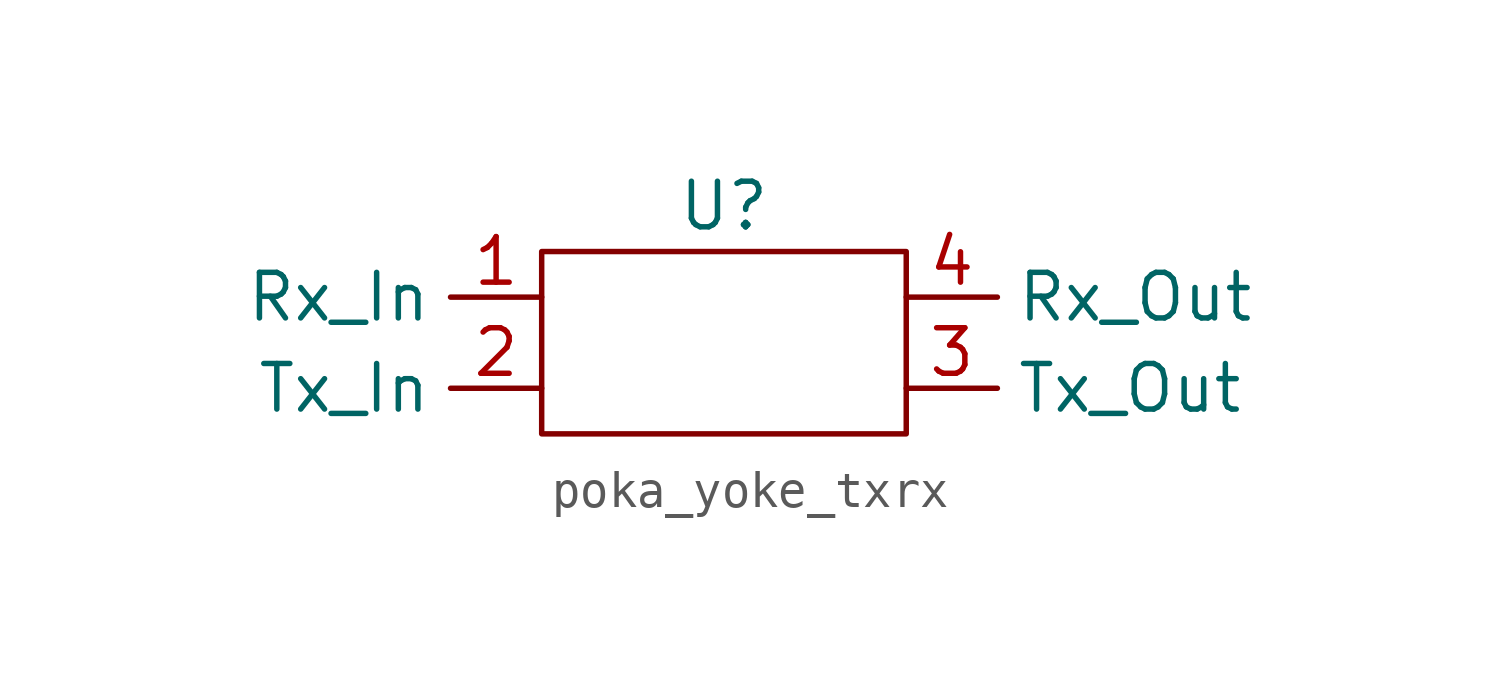
<source format=kicad_sym>
(kicad_symbol_lib
  (version 20220914)
  (generator kicad_symbol_editor)
  (symbol "poka_yoke_txrx"
    (property "Reference" "U"
      (at 0 3.81 0)
      (effects (font (size 1.27 1.27))))
    (property "Value" ""
      (at 0 1.27 0)
      (effects (font (size 1.27 1.27))))
    (symbol "poka_yoke_txrx_0_1"
      (rectangle (start -5.08 2.54) (end 5.08 -2.54) (stroke (width 0) (type default)) (fill (type none))))
    (symbol "poka_yoke_txrx_1_1"
      (pin input line (at -5.08 1.27 180) (length 2.54) (name "Rx_In" (effects (font (size 1.27 1.27)))) (number "1" (effects (font (size 1.27 1.27)))))
      (pin input line (at -5.08 -1.27 180) (length 2.54) (name "Tx_In" (effects (font (size 1.27 1.27)))) (number "2" (effects (font (size 1.27 1.27)))))
      (pin output line (at 5.08 -1.27 0) (length 2.54) (name "Tx_Out" (effects (font (size 1.27 1.27)))) (number "3" (effects (font (size 1.27 1.27)))))
      (pin output line (at 5.08 1.27 0) (length 2.54) (name "Rx_Out" (effects (font (size 1.27 1.27)))) (number "4" (effects (font (size 1.27 1.27))))))))
</source>
